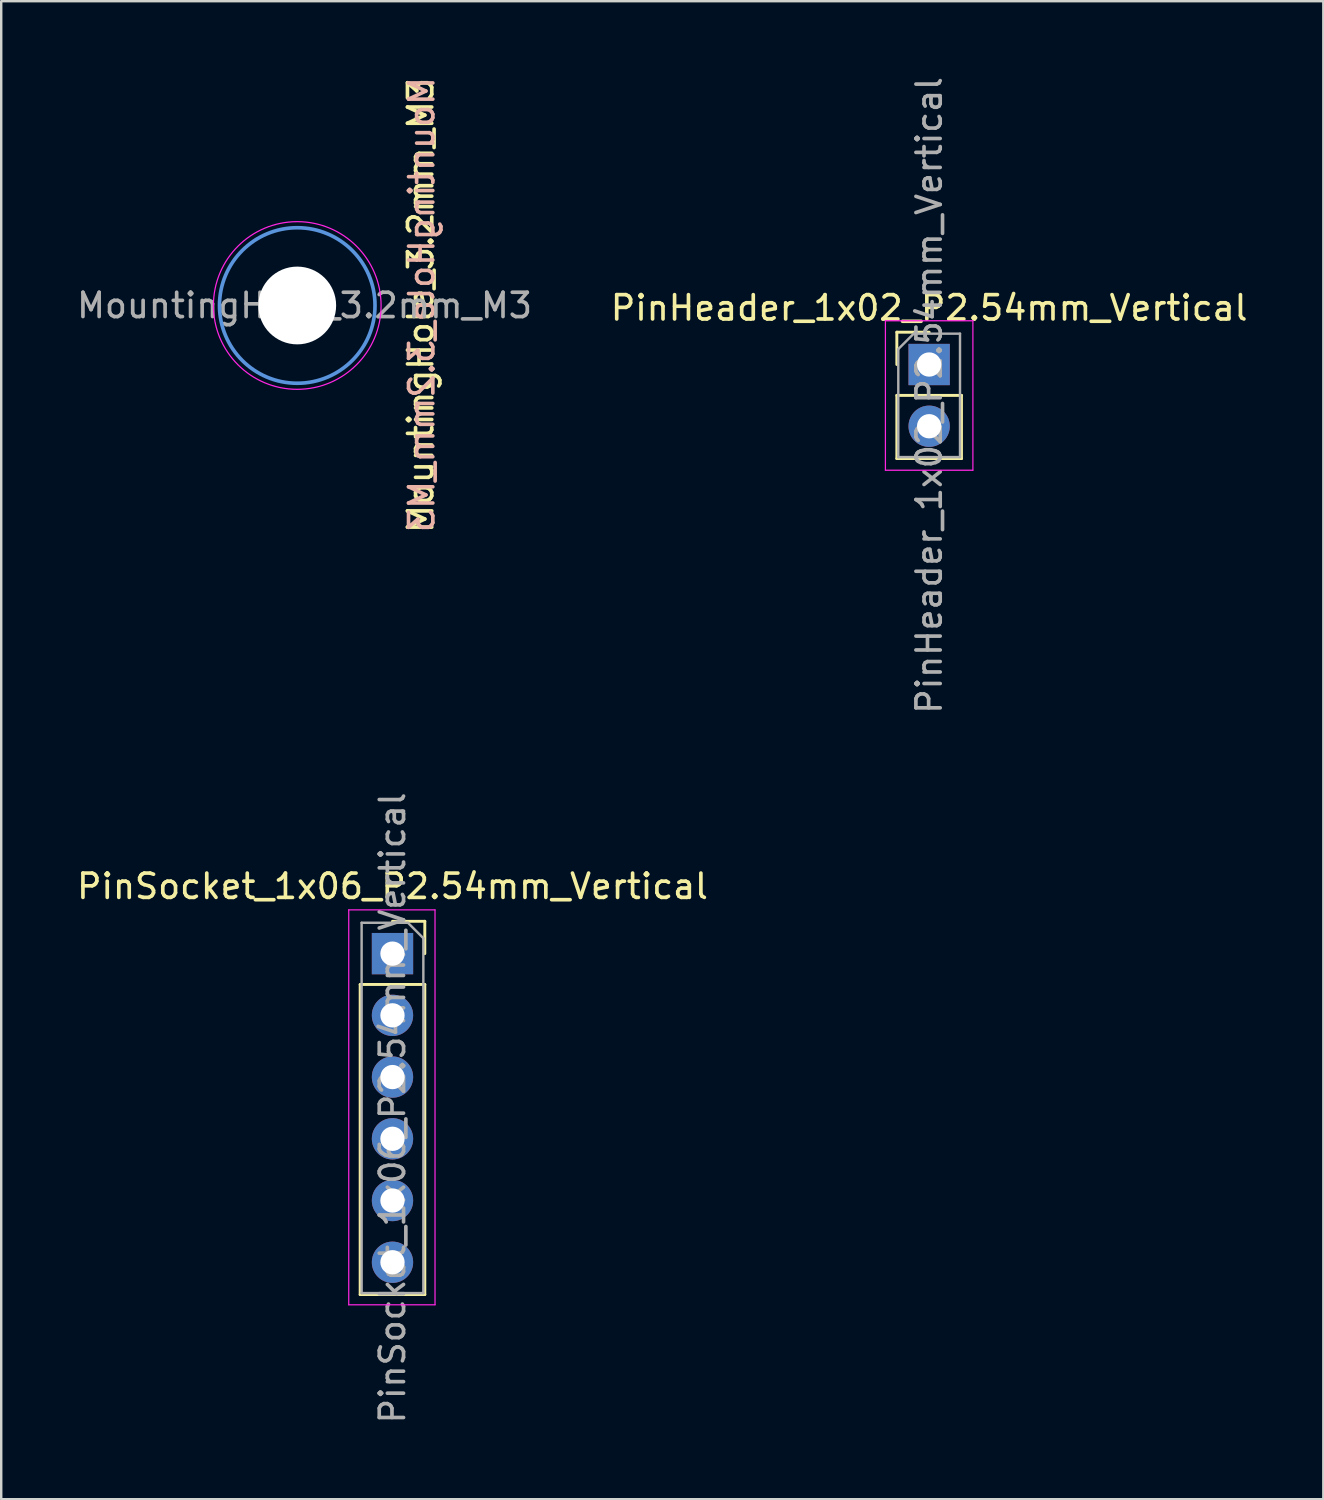
<source format=kicad_pcb>
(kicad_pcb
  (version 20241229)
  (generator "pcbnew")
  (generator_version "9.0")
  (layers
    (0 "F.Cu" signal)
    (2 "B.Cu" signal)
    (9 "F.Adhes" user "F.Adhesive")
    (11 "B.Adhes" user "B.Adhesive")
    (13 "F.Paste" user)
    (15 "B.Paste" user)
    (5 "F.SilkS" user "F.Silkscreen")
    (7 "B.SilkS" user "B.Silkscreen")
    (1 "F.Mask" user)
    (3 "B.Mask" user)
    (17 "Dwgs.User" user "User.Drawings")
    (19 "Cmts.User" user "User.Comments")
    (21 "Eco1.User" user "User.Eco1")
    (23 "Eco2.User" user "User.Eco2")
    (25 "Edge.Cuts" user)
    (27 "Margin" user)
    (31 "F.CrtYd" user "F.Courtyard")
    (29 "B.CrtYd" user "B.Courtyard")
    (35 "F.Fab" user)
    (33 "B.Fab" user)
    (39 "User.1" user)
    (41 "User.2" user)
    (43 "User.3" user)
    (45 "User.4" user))
  (footprint "MountingHole_3.2mm_M3"
    (layer "F.Cu")
    (at 9.182 9.521)
    (property "Reference" "MountingHole_3.2mm_M3" (at 5.08 0 90) (layer "F.SilkS") (effects (font (size 1 1) (thickness 0.15))))
    (attr exclude_from_pos_files)
    (fp_circle (center 0 0) (end 3.2 0) (stroke (width 0.15) (type solid)) (fill no) (layer "Cmts.User"))
    (fp_circle (center 0 0) (end 3.45 0) (stroke (width 0.05) (type solid)) (fill no) (layer "F.CrtYd"))
    (fp_text user "${REFERENCE}" (at 5.124 -0.039 90) (layer "B.SilkS") (effects (font (size 1 1) (thickness 0.15)) (justify mirror)))
    (fp_text user "${REFERENCE}" (at 0.3 0 0) (layer "F.Fab") (effects (font (size 1 1) (thickness 0.15))))
    (pad "" np_thru_hole circle (at 0 0 180) (size 3.2 3.2) (drill 3.2) (layers "*.Cu" "*.Mask")))
  (footprint "PinHeader_1x02_P2.54mm_Vertical"
    (layer "F.Cu")
    (at 35.185 11.95)
    (property "Reference" "PinHeader_1x02_P2.54mm_Vertical" (at 0 -2.33 0) (layer "F.SilkS") (effects (font (size 1 1) (thickness 0.15))))
    (attr through_hole)
    (fp_line (start -1.33 -1.33) (end 0 -1.33) (stroke (width 0.12) (type solid)) (layer "F.SilkS"))
    (fp_line (start -1.33 0) (end -1.33 -1.33) (stroke (width 0.12) (type solid)) (layer "F.SilkS"))
    (fp_line (start -1.33 1.27) (end -1.33 3.87) (stroke (width 0.12) (type solid)) (layer "F.SilkS"))
    (fp_line (start -1.33 1.27) (end 1.33 1.27) (stroke (width 0.12) (type solid)) (layer "F.SilkS"))
    (fp_line (start -1.33 3.87) (end 1.33 3.87) (stroke (width 0.12) (type solid)) (layer "F.SilkS"))
    (fp_line (start 1.33 1.27) (end 1.33 3.87) (stroke (width 0.12) (type solid)) (layer "F.SilkS"))
    (fp_line (start -1.8 -1.8) (end -1.8 4.35) (stroke (width 0.05) (type solid)) (layer "F.CrtYd"))
    (fp_line (start -1.8 4.35) (end 1.8 4.35) (stroke (width 0.05) (type solid)) (layer "F.CrtYd"))
    (fp_line (start 1.8 -1.8) (end -1.8 -1.8) (stroke (width 0.05) (type solid)) (layer "F.CrtYd"))
    (fp_line (start 1.8 4.35) (end 1.8 -1.8) (stroke (width 0.05) (type solid)) (layer "F.CrtYd"))
    (fp_line (start -1.27 -0.635) (end -0.635 -1.27) (stroke (width 0.1) (type solid)) (layer "F.Fab"))
    (fp_line (start -1.27 3.81) (end -1.27 -0.635) (stroke (width 0.1) (type solid)) (layer "F.Fab"))
    (fp_line (start -0.635 -1.27) (end 1.27 -1.27) (stroke (width 0.1) (type solid)) (layer "F.Fab"))
    (fp_line (start 1.27 -1.27) (end 1.27 3.81) (stroke (width 0.1) (type solid)) (layer "F.Fab"))
    (fp_line (start 1.27 3.81) (end -1.27 3.81) (stroke (width 0.1) (type solid)) (layer "F.Fab"))
    (fp_text user "${REFERENCE}" (at 0 1.27 270) (layer "F.Fab") (effects (font (size 1 1) (thickness 0.15))))
    (pad "1" thru_hole rect (at 0 0) (size 1.7 1.7) (drill 1) (layers "*.Cu" "*.Mask"))
    (pad "2" thru_hole oval (at 0 2.54) (size 1.7 1.7) (drill 1) (layers "*.Cu" "*.Mask")))
  (footprint "PinSocket_1x06_P2.54mm_Vertical"
    (layer "F.Cu")
    (at 13.101 36.192)
    (property "Reference" "PinSocket_1x06_P2.54mm_Vertical" (at 0 -2.77 0) (layer "F.SilkS") (effects (font (size 1 1) (thickness 0.15))))
    (attr through_hole)
    (fp_line (start -1.33 1.27) (end -1.33 14.03) (stroke (width 0.12) (type solid)) (layer "F.SilkS"))
    (fp_line (start -1.33 1.27) (end 1.33 1.27) (stroke (width 0.12) (type solid)) (layer "F.SilkS"))
    (fp_line (start -1.33 14.03) (end 1.33 14.03) (stroke (width 0.12) (type solid)) (layer "F.SilkS"))
    (fp_line (start 0 -1.33) (end 1.33 -1.33) (stroke (width 0.12) (type solid)) (layer "F.SilkS"))
    (fp_line (start 1.33 -1.33) (end 1.33 0) (stroke (width 0.12) (type solid)) (layer "F.SilkS"))
    (fp_line (start 1.33 1.27) (end 1.33 14.03) (stroke (width 0.12) (type solid)) (layer "F.SilkS"))
    (fp_line (start -1.8 -1.8) (end 1.75 -1.8) (stroke (width 0.05) (type solid)) (layer "F.CrtYd"))
    (fp_line (start -1.8 14.45) (end -1.8 -1.8) (stroke (width 0.05) (type solid)) (layer "F.CrtYd"))
    (fp_line (start 1.75 -1.8) (end 1.75 14.45) (stroke (width 0.05) (type solid)) (layer "F.CrtYd"))
    (fp_line (start 1.75 14.45) (end -1.8 14.45) (stroke (width 0.05) (type solid)) (layer "F.CrtYd"))
    (fp_line (start -1.27 -1.27) (end 0.635 -1.27) (stroke (width 0.1) (type solid)) (layer "F.Fab"))
    (fp_line (start -1.27 13.97) (end -1.27 -1.27) (stroke (width 0.1) (type solid)) (layer "F.Fab"))
    (fp_line (start 0.635 -1.27) (end 1.27 -0.635) (stroke (width 0.1) (type solid)) (layer "F.Fab"))
    (fp_line (start 1.27 -0.635) (end 1.27 13.97) (stroke (width 0.1) (type solid)) (layer "F.Fab"))
    (fp_line (start 1.27 13.97) (end -1.27 13.97) (stroke (width 0.1) (type solid)) (layer "F.Fab"))
    (fp_text user "${REFERENCE}" (at 0 6.35 90) (layer "F.Fab") (effects (font (size 1 1) (thickness 0.15))))
    (pad "1" thru_hole rect (at 0 0) (size 1.7 1.7) (drill 1) (layers "*.Cu" "*.Mask"))
    (pad "2" thru_hole oval (at 0 2.54) (size 1.7 1.7) (drill 1) (layers "*.Cu" "*.Mask"))
    (pad "3" thru_hole oval (at 0 5.08) (size 1.7 1.7) (drill 1) (layers "*.Cu" "*.Mask"))
    (pad "4" thru_hole oval (at 0 7.62) (size 1.7 1.7) (drill 1) (layers "*.Cu" "*.Mask"))
    (pad "5" thru_hole oval (at 0 10.16) (size 1.7 1.7) (drill 1) (layers "*.Cu" "*.Mask"))
    (pad "6" thru_hole oval (at 0 12.7) (size 1.7 1.7) (drill 1) (layers "*.Cu" "*.Mask")))
  (gr_rect
    (start -3 -3)
    (end 51.405 58.643)
    (stroke (width 0.1) (type default))
    (fill no)
    (layer "Edge.Cuts")))
</source>
